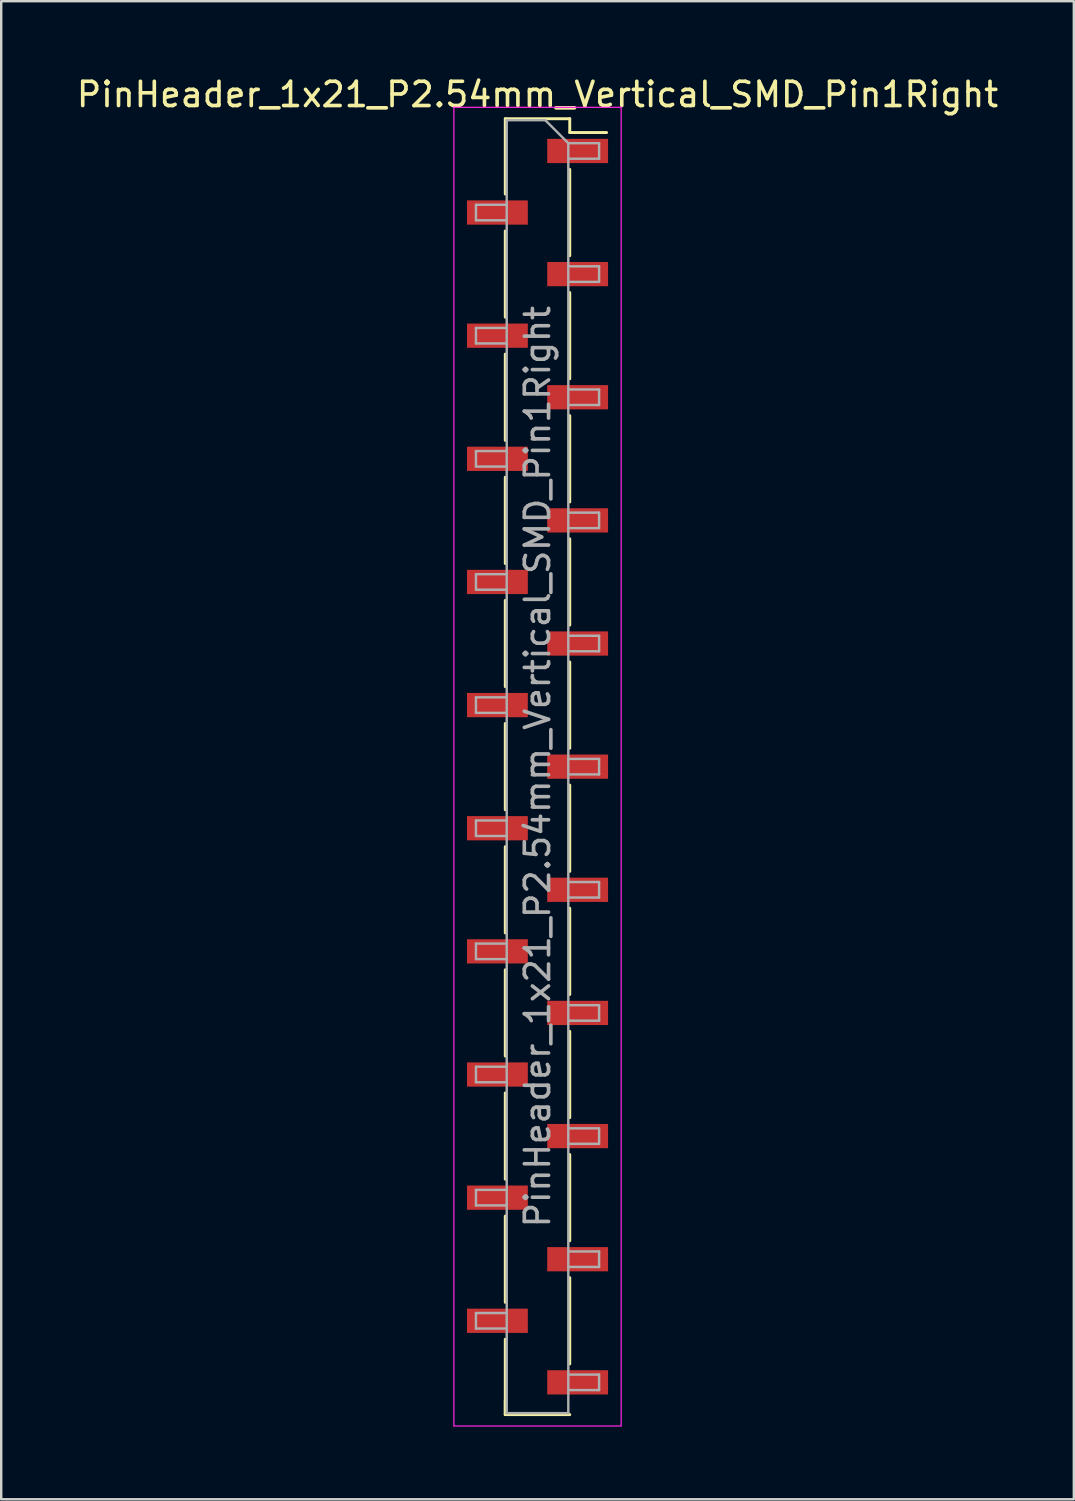
<source format=kicad_pcb>
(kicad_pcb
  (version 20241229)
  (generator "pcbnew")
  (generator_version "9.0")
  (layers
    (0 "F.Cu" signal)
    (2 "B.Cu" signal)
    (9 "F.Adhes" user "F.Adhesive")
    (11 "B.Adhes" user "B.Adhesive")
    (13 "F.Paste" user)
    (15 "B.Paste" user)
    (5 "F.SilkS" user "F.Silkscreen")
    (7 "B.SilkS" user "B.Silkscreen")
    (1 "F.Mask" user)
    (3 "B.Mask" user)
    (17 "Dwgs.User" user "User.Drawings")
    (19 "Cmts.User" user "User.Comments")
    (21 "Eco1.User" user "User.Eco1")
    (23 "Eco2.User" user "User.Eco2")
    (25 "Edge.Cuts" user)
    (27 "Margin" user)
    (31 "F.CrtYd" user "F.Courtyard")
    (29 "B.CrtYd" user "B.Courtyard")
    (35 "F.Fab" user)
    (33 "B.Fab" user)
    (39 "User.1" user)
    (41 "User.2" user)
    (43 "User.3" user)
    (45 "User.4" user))
  (footprint "PinHeader_1x21_P2.54mm_Vertical_SMD_Pin1Right"
    (layer "F.Cu")
    (at 19.125 28.578)
    (property "Reference" "PinHeader_1x21_P2.54mm_Vertical_SMD_Pin1Right" (at 0 -27.73 0) (layer "F.SilkS") (effects (font (size 1 1) (thickness 0.15))))
    (attr smd)
    (fp_line (start -1.33 -26.73) (end -1.33 -23.62) (stroke (width 0.12) (type solid)) (layer "F.SilkS"))
    (fp_line (start -1.33 -26.73) (end 1.33 -26.73) (stroke (width 0.12) (type solid)) (layer "F.SilkS"))
    (fp_line (start -1.33 -22.1) (end -1.33 -18.54) (stroke (width 0.12) (type solid)) (layer "F.SilkS"))
    (fp_line (start -1.33 -17.02) (end -1.33 -13.46) (stroke (width 0.12) (type solid)) (layer "F.SilkS"))
    (fp_line (start -1.33 -11.94) (end -1.33 -8.38) (stroke (width 0.12) (type solid)) (layer "F.SilkS"))
    (fp_line (start -1.33 -6.86) (end -1.33 -3.3) (stroke (width 0.12) (type solid)) (layer "F.SilkS"))
    (fp_line (start -1.33 -1.78) (end -1.33 1.78) (stroke (width 0.12) (type solid)) (layer "F.SilkS"))
    (fp_line (start -1.33 3.3) (end -1.33 6.86) (stroke (width 0.12) (type solid)) (layer "F.SilkS"))
    (fp_line (start -1.33 8.38) (end -1.33 11.94) (stroke (width 0.12) (type solid)) (layer "F.SilkS"))
    (fp_line (start -1.33 13.46) (end -1.33 17.02) (stroke (width 0.12) (type solid)) (layer "F.SilkS"))
    (fp_line (start -1.33 18.54) (end -1.33 22.1) (stroke (width 0.12) (type solid)) (layer "F.SilkS"))
    (fp_line (start -1.33 23.62) (end -1.33 26.73) (stroke (width 0.12) (type solid)) (layer "F.SilkS"))
    (fp_line (start -1.33 26.16) (end -1.33 26.73) (stroke (width 0.12) (type solid)) (layer "F.SilkS"))
    (fp_line (start -1.33 26.73) (end 1.33 26.73) (stroke (width 0.12) (type solid)) (layer "F.SilkS"))
    (fp_line (start 1.33 -26.73) (end 1.33 -26.16) (stroke (width 0.12) (type solid)) (layer "F.SilkS"))
    (fp_line (start 1.33 -26.16) (end 2.85 -26.16) (stroke (width 0.12) (type solid)) (layer "F.SilkS"))
    (fp_line (start 1.33 -24.64) (end 1.33 -21.08) (stroke (width 0.12) (type solid)) (layer "F.SilkS"))
    (fp_line (start 1.33 -19.56) (end 1.33 -16) (stroke (width 0.12) (type solid)) (layer "F.SilkS"))
    (fp_line (start 1.33 -14.48) (end 1.33 -10.92) (stroke (width 0.12) (type solid)) (layer "F.SilkS"))
    (fp_line (start 1.33 -9.4) (end 1.33 -5.84) (stroke (width 0.12) (type solid)) (layer "F.SilkS"))
    (fp_line (start 1.33 -4.32) (end 1.33 -0.76) (stroke (width 0.12) (type solid)) (layer "F.SilkS"))
    (fp_line (start 1.33 0.76) (end 1.33 4.32) (stroke (width 0.12) (type solid)) (layer "F.SilkS"))
    (fp_line (start 1.33 5.84) (end 1.33 9.4) (stroke (width 0.12) (type solid)) (layer "F.SilkS"))
    (fp_line (start 1.33 10.92) (end 1.33 14.48) (stroke (width 0.12) (type solid)) (layer "F.SilkS"))
    (fp_line (start 1.33 16) (end 1.33 19.56) (stroke (width 0.12) (type solid)) (layer "F.SilkS"))
    (fp_line (start 1.33 21.08) (end 1.33 24.64) (stroke (width 0.12) (type solid)) (layer "F.SilkS"))
    (fp_line (start -3.45 -27.2) (end -3.45 27.2) (stroke (width 0.05) (type solid)) (layer "F.CrtYd"))
    (fp_line (start -3.45 27.2) (end 3.45 27.2) (stroke (width 0.05) (type solid)) (layer "F.CrtYd"))
    (fp_line (start 3.45 -27.2) (end -3.45 -27.2) (stroke (width 0.05) (type solid)) (layer "F.CrtYd"))
    (fp_line (start 3.45 27.2) (end 3.45 -27.2) (stroke (width 0.05) (type solid)) (layer "F.CrtYd"))
    (fp_line (start -2.54 -23.18) (end -2.54 -22.54) (stroke (width 0.1) (type solid)) (layer "F.Fab"))
    (fp_line (start -2.54 -22.54) (end -1.27 -22.54) (stroke (width 0.1) (type solid)) (layer "F.Fab"))
    (fp_line (start -2.54 -18.1) (end -2.54 -17.46) (stroke (width 0.1) (type solid)) (layer "F.Fab"))
    (fp_line (start -2.54 -17.46) (end -1.27 -17.46) (stroke (width 0.1) (type solid)) (layer "F.Fab"))
    (fp_line (start -2.54 -13.02) (end -2.54 -12.38) (stroke (width 0.1) (type solid)) (layer "F.Fab"))
    (fp_line (start -2.54 -12.38) (end -1.27 -12.38) (stroke (width 0.1) (type solid)) (layer "F.Fab"))
    (fp_line (start -2.54 -7.94) (end -2.54 -7.3) (stroke (width 0.1) (type solid)) (layer "F.Fab"))
    (fp_line (start -2.54 -7.3) (end -1.27 -7.3) (stroke (width 0.1) (type solid)) (layer "F.Fab"))
    (fp_line (start -2.54 -2.86) (end -2.54 -2.22) (stroke (width 0.1) (type solid)) (layer "F.Fab"))
    (fp_line (start -2.54 -2.22) (end -1.27 -2.22) (stroke (width 0.1) (type solid)) (layer "F.Fab"))
    (fp_line (start -2.54 2.22) (end -2.54 2.86) (stroke (width 0.1) (type solid)) (layer "F.Fab"))
    (fp_line (start -2.54 2.86) (end -1.27 2.86) (stroke (width 0.1) (type solid)) (layer "F.Fab"))
    (fp_line (start -2.54 7.3) (end -2.54 7.94) (stroke (width 0.1) (type solid)) (layer "F.Fab"))
    (fp_line (start -2.54 7.94) (end -1.27 7.94) (stroke (width 0.1) (type solid)) (layer "F.Fab"))
    (fp_line (start -2.54 12.38) (end -2.54 13.02) (stroke (width 0.1) (type solid)) (layer "F.Fab"))
    (fp_line (start -2.54 13.02) (end -1.27 13.02) (stroke (width 0.1) (type solid)) (layer "F.Fab"))
    (fp_line (start -2.54 17.46) (end -2.54 18.1) (stroke (width 0.1) (type solid)) (layer "F.Fab"))
    (fp_line (start -2.54 18.1) (end -1.27 18.1) (stroke (width 0.1) (type solid)) (layer "F.Fab"))
    (fp_line (start -2.54 22.54) (end -2.54 23.18) (stroke (width 0.1) (type solid)) (layer "F.Fab"))
    (fp_line (start -2.54 23.18) (end -1.27 23.18) (stroke (width 0.1) (type solid)) (layer "F.Fab"))
    (fp_line (start -1.27 -26.67) (end -1.27 26.67) (stroke (width 0.1) (type solid)) (layer "F.Fab"))
    (fp_line (start -1.27 -26.67) (end 0.32 -26.67) (stroke (width 0.1) (type solid)) (layer "F.Fab"))
    (fp_line (start -1.27 -23.18) (end -2.54 -23.18) (stroke (width 0.1) (type solid)) (layer "F.Fab"))
    (fp_line (start -1.27 -18.1) (end -2.54 -18.1) (stroke (width 0.1) (type solid)) (layer "F.Fab"))
    (fp_line (start -1.27 -13.02) (end -2.54 -13.02) (stroke (width 0.1) (type solid)) (layer "F.Fab"))
    (fp_line (start -1.27 -7.94) (end -2.54 -7.94) (stroke (width 0.1) (type solid)) (layer "F.Fab"))
    (fp_line (start -1.27 -2.86) (end -2.54 -2.86) (stroke (width 0.1) (type solid)) (layer "F.Fab"))
    (fp_line (start -1.27 2.22) (end -2.54 2.22) (stroke (width 0.1) (type solid)) (layer "F.Fab"))
    (fp_line (start -1.27 7.3) (end -2.54 7.3) (stroke (width 0.1) (type solid)) (layer "F.Fab"))
    (fp_line (start -1.27 12.38) (end -2.54 12.38) (stroke (width 0.1) (type solid)) (layer "F.Fab"))
    (fp_line (start -1.27 17.46) (end -2.54 17.46) (stroke (width 0.1) (type solid)) (layer "F.Fab"))
    (fp_line (start -1.27 22.54) (end -2.54 22.54) (stroke (width 0.1) (type solid)) (layer "F.Fab"))
    (fp_line (start 1.27 -25.72) (end 0.32 -26.67) (stroke (width 0.1) (type solid)) (layer "F.Fab"))
    (fp_line (start 1.27 -25.72) (end 2.54 -25.72) (stroke (width 0.1) (type solid)) (layer "F.Fab"))
    (fp_line (start 1.27 -20.64) (end 2.54 -20.64) (stroke (width 0.1) (type solid)) (layer "F.Fab"))
    (fp_line (start 1.27 -15.56) (end 2.54 -15.56) (stroke (width 0.1) (type solid)) (layer "F.Fab"))
    (fp_line (start 1.27 -10.48) (end 2.54 -10.48) (stroke (width 0.1) (type solid)) (layer "F.Fab"))
    (fp_line (start 1.27 -5.4) (end 2.54 -5.4) (stroke (width 0.1) (type solid)) (layer "F.Fab"))
    (fp_line (start 1.27 -0.32) (end 2.54 -0.32) (stroke (width 0.1) (type solid)) (layer "F.Fab"))
    (fp_line (start 1.27 4.76) (end 2.54 4.76) (stroke (width 0.1) (type solid)) (layer "F.Fab"))
    (fp_line (start 1.27 9.84) (end 2.54 9.84) (stroke (width 0.1) (type solid)) (layer "F.Fab"))
    (fp_line (start 1.27 14.92) (end 2.54 14.92) (stroke (width 0.1) (type solid)) (layer "F.Fab"))
    (fp_line (start 1.27 20) (end 2.54 20) (stroke (width 0.1) (type solid)) (layer "F.Fab"))
    (fp_line (start 1.27 25.08) (end 2.54 25.08) (stroke (width 0.1) (type solid)) (layer "F.Fab"))
    (fp_line (start 1.27 26.67) (end -1.27 26.67) (stroke (width 0.1) (type solid)) (layer "F.Fab"))
    (fp_line (start 1.27 26.67) (end 1.27 -25.72) (stroke (width 0.1) (type solid)) (layer "F.Fab"))
    (fp_line (start 2.54 -25.72) (end 2.54 -25.08) (stroke (width 0.1) (type solid)) (layer "F.Fab"))
    (fp_line (start 2.54 -25.08) (end 1.27 -25.08) (stroke (width 0.1) (type solid)) (layer "F.Fab"))
    (fp_line (start 2.54 -20.64) (end 2.54 -20) (stroke (width 0.1) (type solid)) (layer "F.Fab"))
    (fp_line (start 2.54 -20) (end 1.27 -20) (stroke (width 0.1) (type solid)) (layer "F.Fab"))
    (fp_line (start 2.54 -15.56) (end 2.54 -14.92) (stroke (width 0.1) (type solid)) (layer "F.Fab"))
    (fp_line (start 2.54 -14.92) (end 1.27 -14.92) (stroke (width 0.1) (type solid)) (layer "F.Fab"))
    (fp_line (start 2.54 -10.48) (end 2.54 -9.84) (stroke (width 0.1) (type solid)) (layer "F.Fab"))
    (fp_line (start 2.54 -9.84) (end 1.27 -9.84) (stroke (width 0.1) (type solid)) (layer "F.Fab"))
    (fp_line (start 2.54 -5.4) (end 2.54 -4.76) (stroke (width 0.1) (type solid)) (layer "F.Fab"))
    (fp_line (start 2.54 -4.76) (end 1.27 -4.76) (stroke (width 0.1) (type solid)) (layer "F.Fab"))
    (fp_line (start 2.54 -0.32) (end 2.54 0.32) (stroke (width 0.1) (type solid)) (layer "F.Fab"))
    (fp_line (start 2.54 0.32) (end 1.27 0.32) (stroke (width 0.1) (type solid)) (layer "F.Fab"))
    (fp_line (start 2.54 4.76) (end 2.54 5.4) (stroke (width 0.1) (type solid)) (layer "F.Fab"))
    (fp_line (start 2.54 5.4) (end 1.27 5.4) (stroke (width 0.1) (type solid)) (layer "F.Fab"))
    (fp_line (start 2.54 9.84) (end 2.54 10.48) (stroke (width 0.1) (type solid)) (layer "F.Fab"))
    (fp_line (start 2.54 10.48) (end 1.27 10.48) (stroke (width 0.1) (type solid)) (layer "F.Fab"))
    (fp_line (start 2.54 14.92) (end 2.54 15.56) (stroke (width 0.1) (type solid)) (layer "F.Fab"))
    (fp_line (start 2.54 15.56) (end 1.27 15.56) (stroke (width 0.1) (type solid)) (layer "F.Fab"))
    (fp_line (start 2.54 20) (end 2.54 20.64) (stroke (width 0.1) (type solid)) (layer "F.Fab"))
    (fp_line (start 2.54 20.64) (end 1.27 20.64) (stroke (width 0.1) (type solid)) (layer "F.Fab"))
    (fp_line (start 2.54 25.08) (end 2.54 25.72) (stroke (width 0.1) (type solid)) (layer "F.Fab"))
    (fp_line (start 2.54 25.72) (end 1.27 25.72) (stroke (width 0.1) (type solid)) (layer "F.Fab"))
    (fp_text user "${REFERENCE}" (at 0 0 90) (layer "F.Fab") (effects (font (size 1 1) (thickness 0.15))))
    (pad "1" smd rect (at 1.655 -25.4) (size 2.51 1) (layers "F.Cu" "F.Mask" "F.Paste"))
    (pad "2" smd rect (at -1.655 -22.86) (size 2.51 1) (layers "F.Cu" "F.Mask" "F.Paste"))
    (pad "3" smd rect (at 1.655 -20.32) (size 2.51 1) (layers "F.Cu" "F.Mask" "F.Paste"))
    (pad "4" smd rect (at -1.655 -17.78) (size 2.51 1) (layers "F.Cu" "F.Mask" "F.Paste"))
    (pad "5" smd rect (at 1.655 -15.24) (size 2.51 1) (layers "F.Cu" "F.Mask" "F.Paste"))
    (pad "6" smd rect (at -1.655 -12.7) (size 2.51 1) (layers "F.Cu" "F.Mask" "F.Paste"))
    (pad "7" smd rect (at 1.655 -10.16) (size 2.51 1) (layers "F.Cu" "F.Mask" "F.Paste"))
    (pad "8" smd rect (at -1.655 -7.62) (size 2.51 1) (layers "F.Cu" "F.Mask" "F.Paste"))
    (pad "9" smd rect (at 1.655 -5.08) (size 2.51 1) (layers "F.Cu" "F.Mask" "F.Paste"))
    (pad "10" smd rect (at -1.655 -2.54) (size 2.51 1) (layers "F.Cu" "F.Mask" "F.Paste"))
    (pad "11" smd rect (at 1.655 0) (size 2.51 1) (layers "F.Cu" "F.Mask" "F.Paste"))
    (pad "12" smd rect (at -1.655 2.54) (size 2.51 1) (layers "F.Cu" "F.Mask" "F.Paste"))
    (pad "13" smd rect (at 1.655 5.08) (size 2.51 1) (layers "F.Cu" "F.Mask" "F.Paste"))
    (pad "14" smd rect (at -1.655 7.62) (size 2.51 1) (layers "F.Cu" "F.Mask" "F.Paste"))
    (pad "15" smd rect (at 1.655 10.16) (size 2.51 1) (layers "F.Cu" "F.Mask" "F.Paste"))
    (pad "16" smd rect (at -1.655 12.7) (size 2.51 1) (layers "F.Cu" "F.Mask" "F.Paste"))
    (pad "17" smd rect (at 1.655 15.24) (size 2.51 1) (layers "F.Cu" "F.Mask" "F.Paste"))
    (pad "18" smd rect (at -1.655 17.78) (size 2.51 1) (layers "F.Cu" "F.Mask" "F.Paste"))
    (pad "19" smd rect (at 1.655 20.32) (size 2.51 1) (layers "F.Cu" "F.Mask" "F.Paste"))
    (pad "20" smd rect (at -1.655 22.86) (size 2.51 1) (layers "F.Cu" "F.Mask" "F.Paste"))
    (pad "21" smd rect (at 1.655 25.4) (size 2.51 1) (layers "F.Cu" "F.Mask" "F.Paste")))
  (gr_rect
    (start -3 -3)
    (end 41.25 58.803)
    (stroke (width 0.1) (type default))
    (fill no)
    (layer "Edge.Cuts")))
</source>
